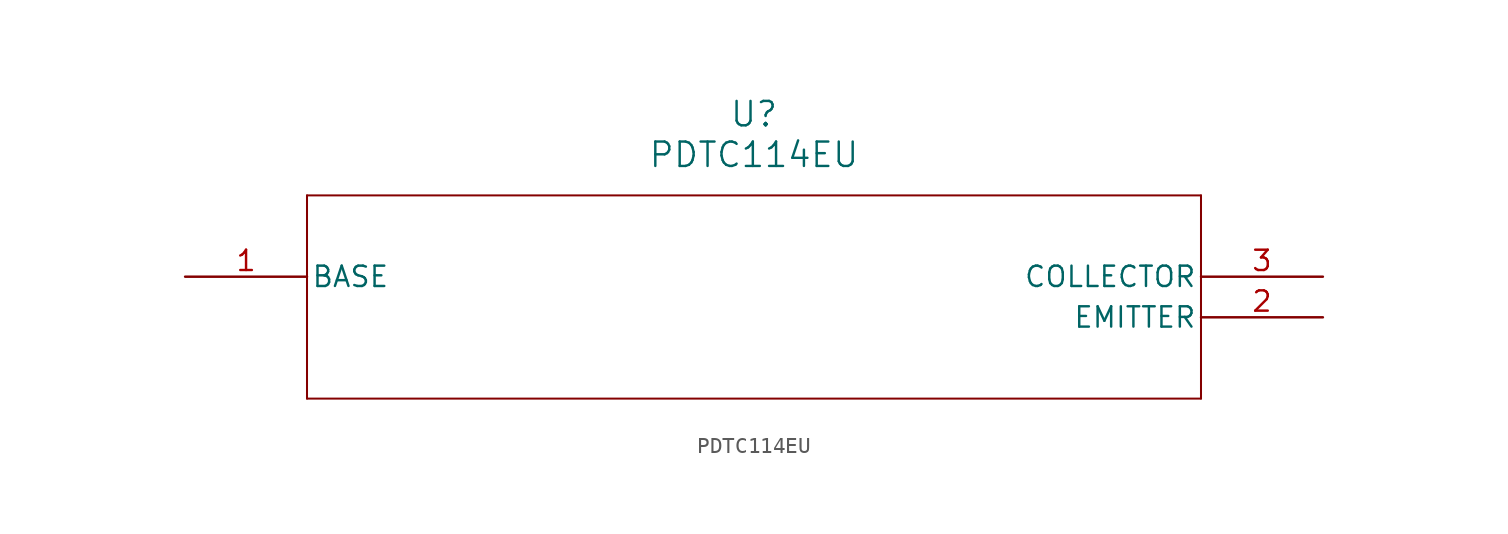
<source format=kicad_sym>
(kicad_symbol_lib
  (version 20211014)
  (generator kicad_symbol_editor)
  (symbol "PDTC114EU"
    (pin_names
      (offset 0.254))
    (property "Reference" "U"
      (at 35.56 10.16 0)
      (effects (font (size 1.524 1.524))))
    (property "Value" "PDTC114EU"
      (at 35.56 7.62 0)
      (effects (font (size 1.524 1.524))))
    (symbol "PDTC114EU_0_1"
      (polyline (pts (xy 7.62 5.08) (xy 7.62 -7.62)) (stroke (width 0.127) (type default) (color 0 0 0 0)) (fill (type none)))
      (polyline (pts (xy 7.62 -7.62) (xy 63.5 -7.62)) (stroke (width 0.127) (type default) (color 0 0 0 0)) (fill (type none)))
      (polyline (pts (xy 63.5 -7.62) (xy 63.5 5.08)) (stroke (width 0.127) (type default) (color 0 0 0 0)) (fill (type none)))
      (polyline (pts (xy 63.5 5.08) (xy 7.62 5.08)) (stroke (width 0.127) (type default) (color 0 0 0 0)) (fill (type none)))
      (pin unspecified line (at 0 0 0) (length 7.62) (name "BASE" (effects (font (size 1.27 1.27)))) (number "1" (effects (font (size 1.27 1.27)))))
      (pin unspecified line (at 71.12 -2.54 180) (length 7.62) (name "EMITTER" (effects (font (size 1.27 1.27)))) (number "2" (effects (font (size 1.27 1.27)))))
      (pin unspecified line (at 71.12 0 180) (length 7.62) (name "COLLECTOR" (effects (font (size 1.27 1.27)))) (number "3" (effects (font (size 1.27 1.27))))))))
</source>
